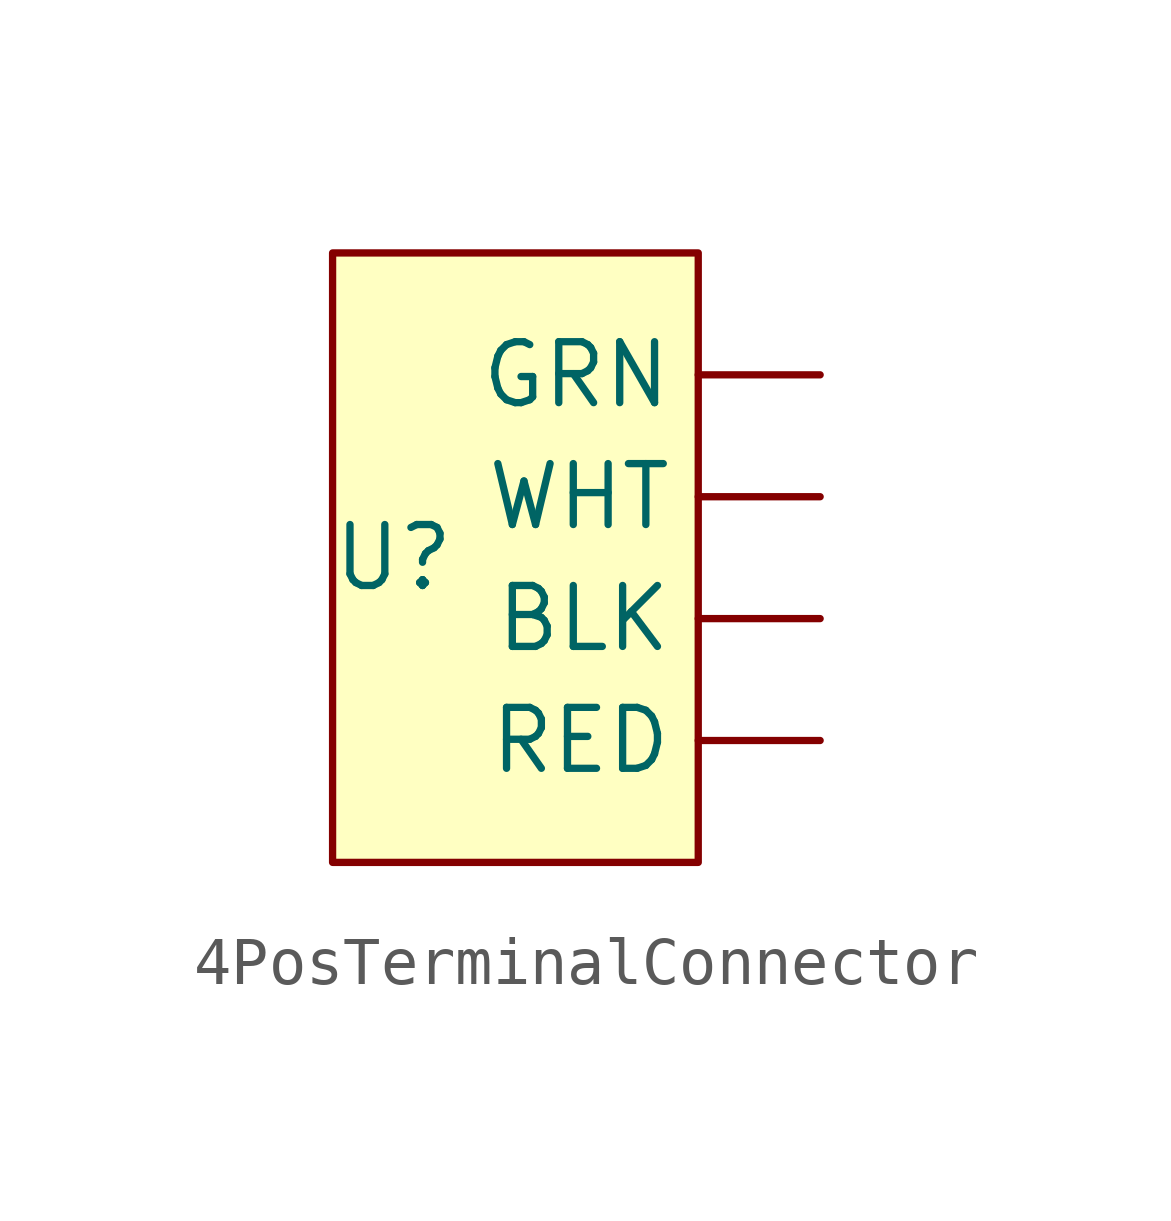
<source format=kicad_sym>
(kicad_symbol_lib
  (version 20241209)
  (generator "kicad_symbol_editor")
  (generator_version "9.0")
  (symbol "4PosTerminalConnector"
    (property "Reference" "U"
      (at 0 0 0)
      (effects (font (size 1.27 1.27))))
    (property "Value" ""
      (at 0 0 0)
      (effects (font (size 1.27 1.27))))
    (symbol "4PosTerminalConnector_1_1"
      (rectangle (start -1.27 6.35) (end 6.35 -6.35) (stroke (width 0) (type solid)) (fill (type background)))
      (pin input line (at 8.89 3.81 180) (length 2.54) (name "GRN" (effects (font (size 1.27 1.27)))) (number "" (effects (font (size 1.27 1.27)))))
      (pin input line (at 8.89 1.27 180) (length 2.54) (name "WHT" (effects (font (size 1.27 1.27)))) (number "" (effects (font (size 1.27 1.27)))))
      (pin input line (at 8.89 -1.27 180) (length 2.54) (name "BLK" (effects (font (size 1.27 1.27)))) (number "" (effects (font (size 1.27 1.27)))))
      (pin input line (at 8.89 -3.81 180) (length 2.54) (name "RED" (effects (font (size 1.27 1.27)))) (number "" (effects (font (size 1.27 1.27))))))))
</source>
